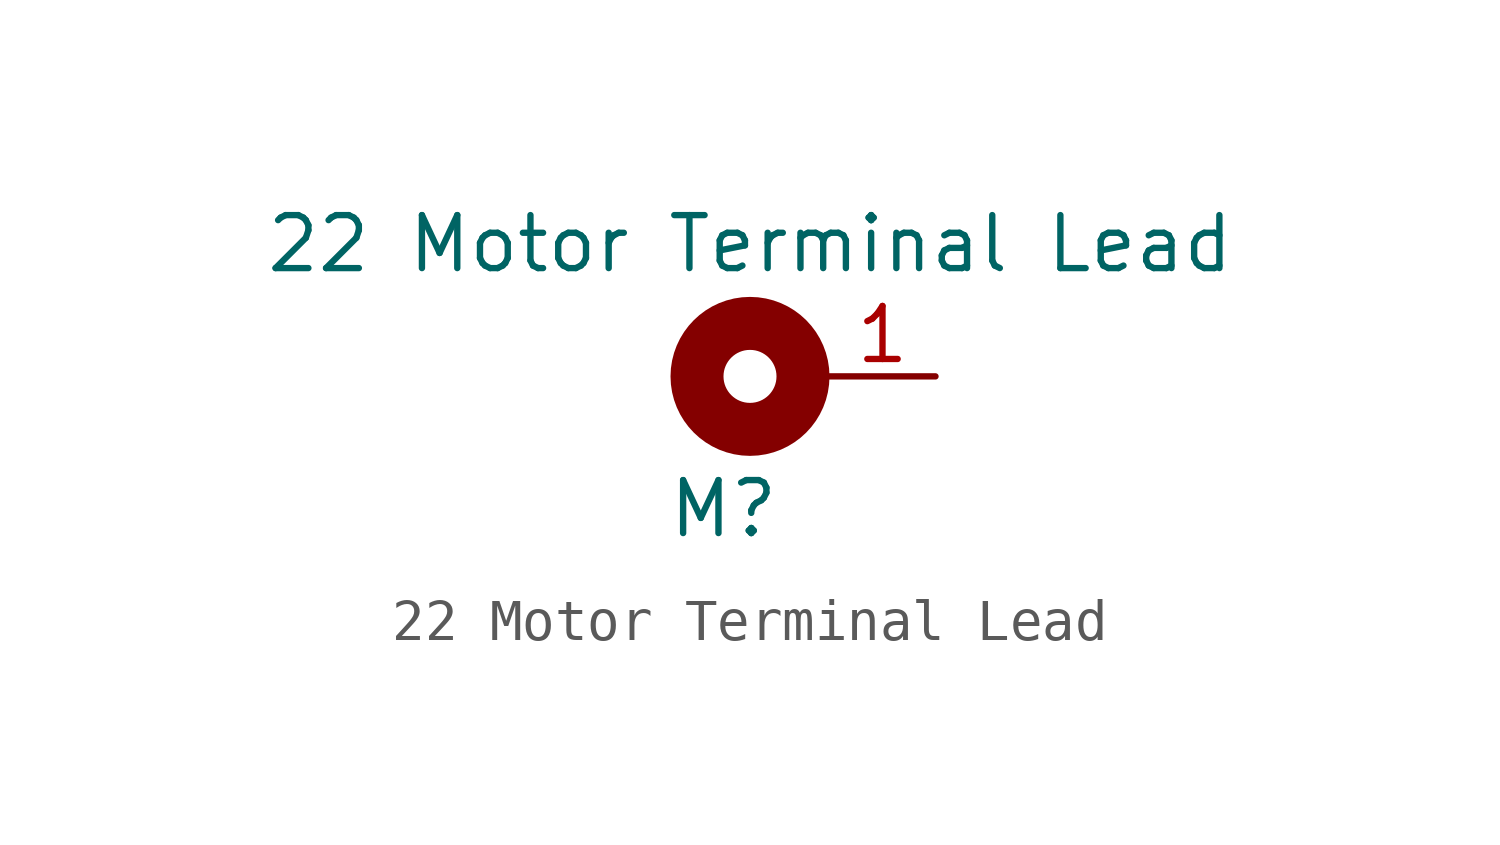
<source format=kicad_sym>
(kicad_symbol_lib
  (version 20220914)
  (generator kicad_symbol_editor)
  (symbol "22 Motor Terminal Lead"
    (property "Reference" "M"
      (at -0.635 -3.175 0)
      (effects (font (size 1.27 1.27))))
    (property "Value" "22 Motor Terminal Lead"
      (at 0 3.175 0)
      (effects (font (size 1.27 1.27))))
    (symbol "22 Motor Terminal Lead_0_1"
      (circle (center 0 0) (radius 1.27) (stroke (width 1.27) (type default)) (fill (type none))))
    (symbol "22 Motor Terminal Lead_1_1"
      (pin passive line (at 4.445 0 180) (length 2.54) (name "~" (effects (font (size 1.27 1.27)))) (number "1" (effects (font (size 1.27 1.27))))))))
</source>
